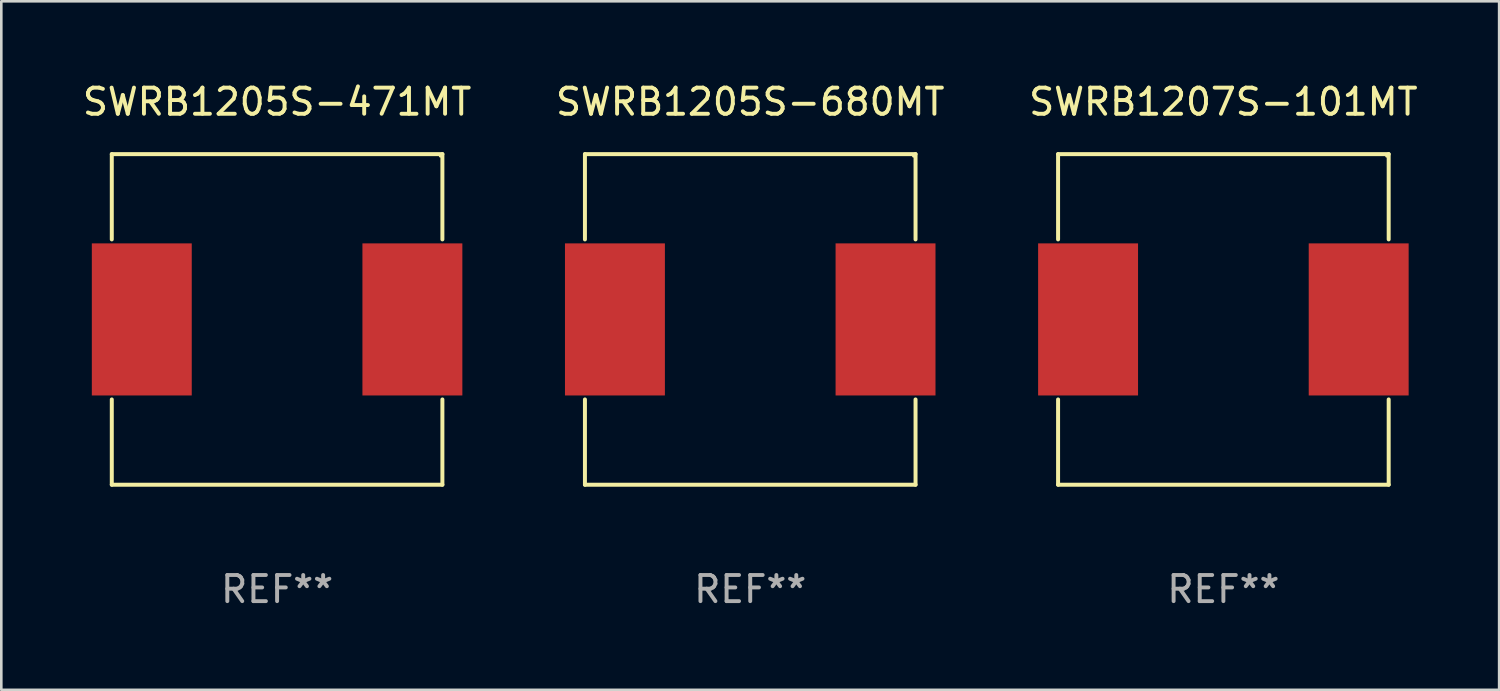
<source format=kicad_pcb>
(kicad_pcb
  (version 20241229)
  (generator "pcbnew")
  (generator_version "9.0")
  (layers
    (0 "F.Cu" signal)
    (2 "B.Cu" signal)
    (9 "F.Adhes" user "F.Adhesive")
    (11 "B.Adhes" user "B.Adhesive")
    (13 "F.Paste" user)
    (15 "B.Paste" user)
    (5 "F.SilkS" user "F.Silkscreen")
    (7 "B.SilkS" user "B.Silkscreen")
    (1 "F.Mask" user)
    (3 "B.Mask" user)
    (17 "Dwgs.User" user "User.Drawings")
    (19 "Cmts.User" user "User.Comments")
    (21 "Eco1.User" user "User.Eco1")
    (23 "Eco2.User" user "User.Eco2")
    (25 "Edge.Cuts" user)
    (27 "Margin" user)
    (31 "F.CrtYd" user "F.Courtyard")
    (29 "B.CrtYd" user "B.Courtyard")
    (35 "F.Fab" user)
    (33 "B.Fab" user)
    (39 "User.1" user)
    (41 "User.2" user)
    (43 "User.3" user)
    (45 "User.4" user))
  (footprint "SWRB1205S-680MT"
    (layer "F.Cu")
    (at 25.661 9.174)
    (property "Reference" "SWRB1205S-680MT" (at 0 -8.326 0) (layer "F.SilkS") (effects (font (size 1 1) (thickness 0.15))))
    (attr through_hole)
    (fp_line (start -6.326 -6.326) (end 6.326 -6.326) (stroke (width 0.152) (type solid)) (layer "F.SilkS"))
    (fp_line (start -6.326 -3.062) (end -6.326 -6.326) (stroke (width 0.152) (type solid)) (layer "F.SilkS"))
    (fp_line (start -6.326 3.062) (end -6.326 6.326) (stroke (width 0.152) (type solid)) (layer "F.SilkS"))
    (fp_line (start -6.326 6.326) (end 6.326 6.326) (stroke (width 0.152) (type solid)) (layer "F.SilkS"))
    (fp_line (start 6.326 -6.326) (end 6.326 -3.062) (stroke (width 0.152) (type solid)) (layer "F.SilkS"))
    (fp_line (start 6.326 6.326) (end 6.326 3.062) (stroke (width 0.152) (type solid)) (layer "F.SilkS"))
    (fp_circle (center 6.25 -6.25) (end 6.28 -6.25) (stroke (width 0.06) (type solid)) (fill no) (layer "F.SilkS"))
    (fp_text user "REF**" (at 0 10.326 0) (layer "F.Fab") (effects (font (size 1 1) (thickness 0.15))))
    (pad "1" smd rect (at 5.178 0) (size 3.824 5.82) (layers "F.Cu" "F.Mask" "F.Paste"))
    (pad "2" smd rect (at -5.178 0) (size 3.824 5.82) (layers "F.Cu" "F.Mask" "F.Paste")))
  (footprint "SWRB1207S-101MT"
    (layer "F.Cu")
    (at 43.768 9.174)
    (property "Reference" "SWRB1207S-101MT" (at 0 -8.326 0) (layer "F.SilkS") (effects (font (size 1 1) (thickness 0.15))))
    (attr through_hole)
    (fp_line (start -6.326 -6.326) (end 6.326 -6.326) (stroke (width 0.152) (type solid)) (layer "F.SilkS"))
    (fp_line (start -6.326 -3.062) (end -6.326 -6.326) (stroke (width 0.152) (type solid)) (layer "F.SilkS"))
    (fp_line (start -6.326 3.062) (end -6.326 6.326) (stroke (width 0.152) (type solid)) (layer "F.SilkS"))
    (fp_line (start -6.326 6.326) (end 6.326 6.326) (stroke (width 0.152) (type solid)) (layer "F.SilkS"))
    (fp_line (start 6.326 -6.326) (end 6.326 -3.062) (stroke (width 0.152) (type solid)) (layer "F.SilkS"))
    (fp_line (start 6.326 6.326) (end 6.326 3.062) (stroke (width 0.152) (type solid)) (layer "F.SilkS"))
    (fp_circle (center 6.25 -6.25) (end 6.28 -6.25) (stroke (width 0.06) (type solid)) (fill no) (layer "F.SilkS"))
    (fp_text user "REF**" (at 0 10.326 0) (layer "F.Fab") (effects (font (size 1 1) (thickness 0.15))))
    (pad "1" smd rect (at 5.178 0) (size 3.824 5.82) (layers "F.Cu" "F.Mask" "F.Paste"))
    (pad "2" smd rect (at -5.178 0) (size 3.824 5.82) (layers "F.Cu" "F.Mask" "F.Paste")))
  (footprint "SWRB1205S-471MT"
    (layer "F.Cu")
    (at 7.554 9.174)
    (property "Reference" "SWRB1205S-471MT" (at 0 -8.326 0) (layer "F.SilkS") (effects (font (size 1 1) (thickness 0.15))))
    (attr through_hole)
    (fp_line (start -6.326 -6.326) (end 6.326 -6.326) (stroke (width 0.152) (type solid)) (layer "F.SilkS"))
    (fp_line (start -6.326 -3.062) (end -6.326 -6.326) (stroke (width 0.152) (type solid)) (layer "F.SilkS"))
    (fp_line (start -6.326 3.062) (end -6.326 6.326) (stroke (width 0.152) (type solid)) (layer "F.SilkS"))
    (fp_line (start -6.326 6.326) (end 6.326 6.326) (stroke (width 0.152) (type solid)) (layer "F.SilkS"))
    (fp_line (start 6.326 -6.326) (end 6.326 -3.062) (stroke (width 0.152) (type solid)) (layer "F.SilkS"))
    (fp_line (start 6.326 6.326) (end 6.326 3.062) (stroke (width 0.152) (type solid)) (layer "F.SilkS"))
    (fp_circle (center 6.25 -6.25) (end 6.28 -6.25) (stroke (width 0.06) (type solid)) (fill no) (layer "F.SilkS"))
    (fp_text user "REF**" (at 0 10.326 0) (layer "F.Fab") (effects (font (size 1 1) (thickness 0.15))))
    (pad "1" smd rect (at 5.178 0) (size 3.824 5.82) (layers "F.Cu" "F.Mask" "F.Paste"))
    (pad "2" smd rect (at -5.178 0) (size 3.824 5.82) (layers "F.Cu" "F.Mask" "F.Paste")))
  (gr_rect
    (start -3 -3)
    (end 54.321 23.349)
    (stroke (width 0.1) (type default))
    (fill no)
    (layer "Edge.Cuts")))
</source>
